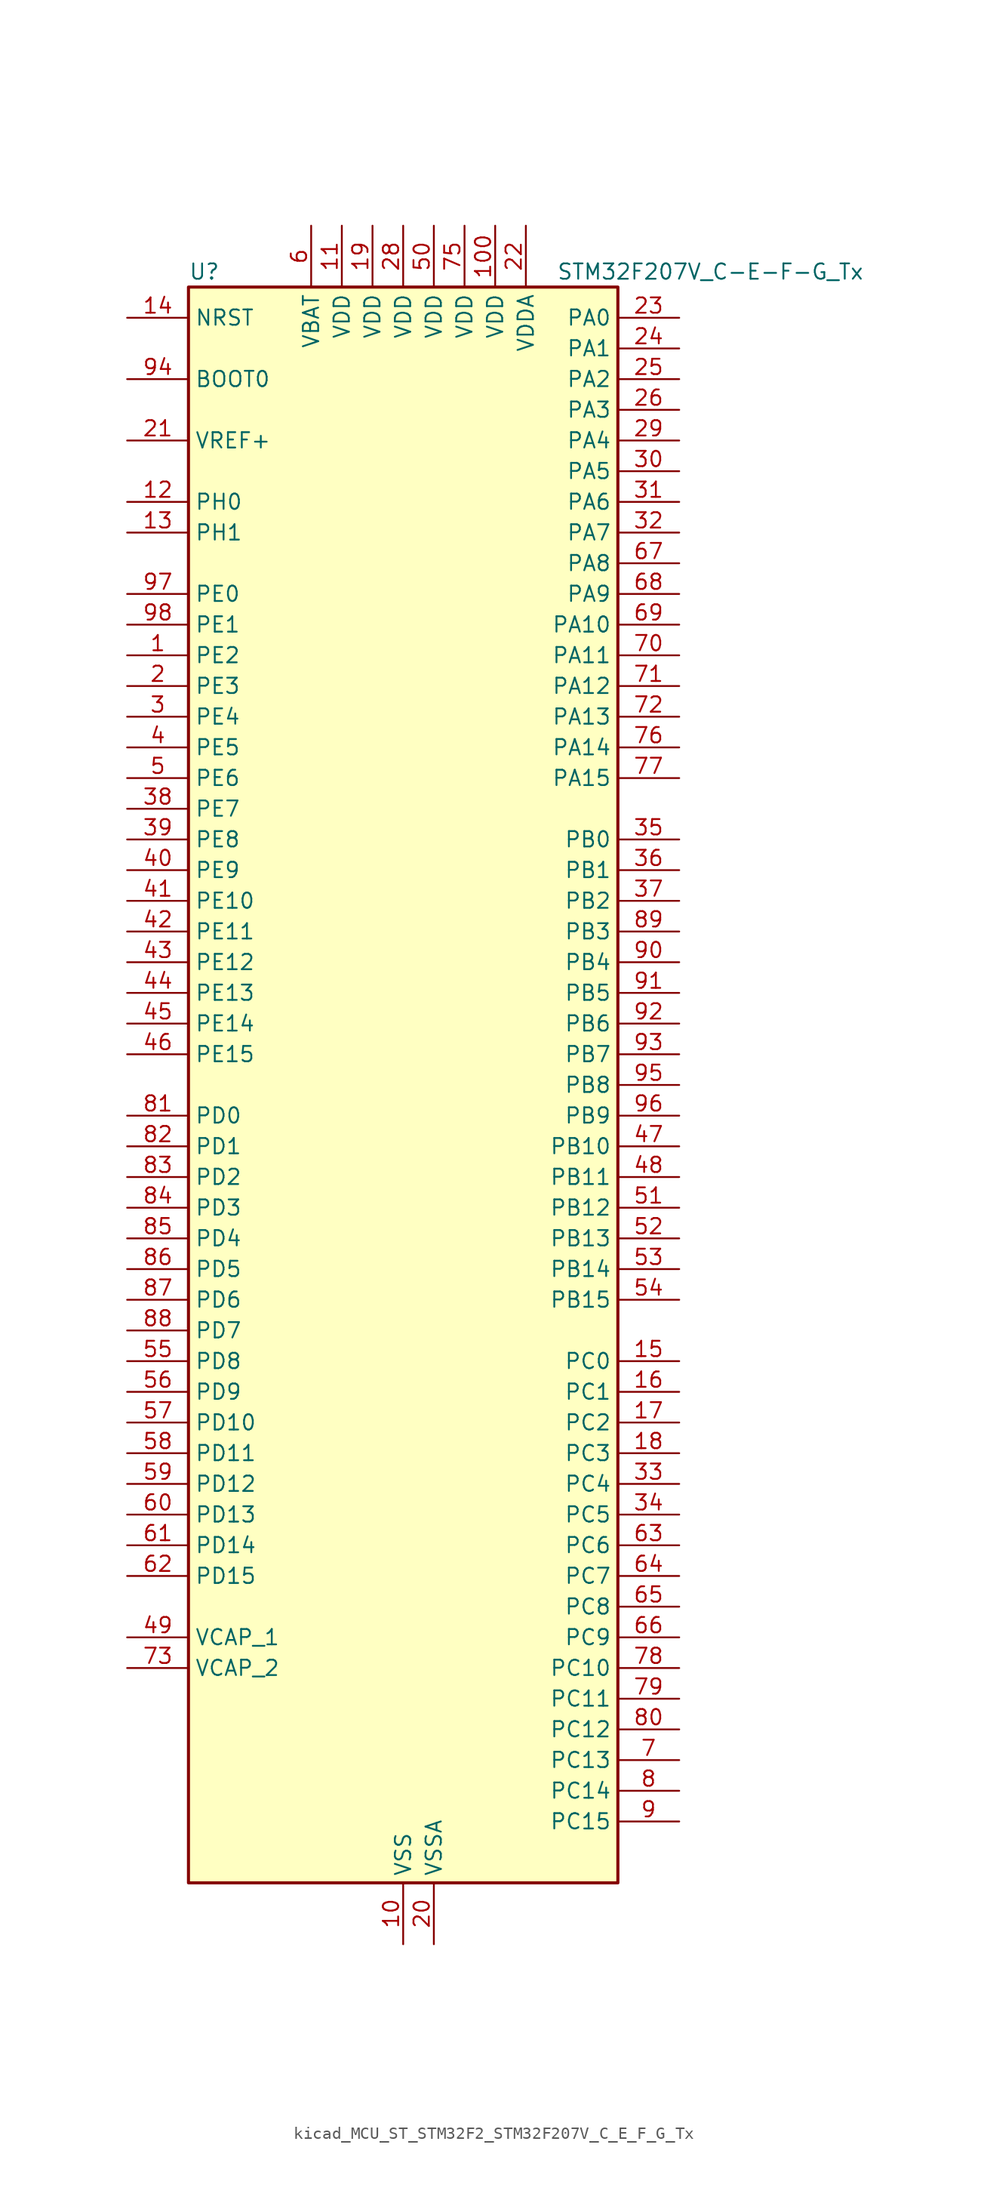
<source format=kicad_sym>
(kicad_symbol_lib
  (version 20220914)
  (generator kicad_symbol_editor)
  (symbol "kicad_MCU_ST_STM32F2_STM32F207V_C_E_F_G_Tx"
    (property "Reference" "U"
      (at -17.78 67.31 0)
      (effects (font (size 1.27 1.27)) (justify left)))
    (property "Value" "STM32F207V_C-E-F-G_Tx"
      (at 12.7 67.31 0)
      (effects (font (size 1.27 1.27)) (justify left)))
    (property "ki_locked" ""
      (at 0 0 0)
      (effects (font (size 1.27 1.27))))
    (symbol "kicad_MCU_ST_STM32F2_STM32F207V_C_E_F_G_Tx_0_1"
      (rectangle (start -17.78 -66.04) (end 17.78 66.04) (stroke (width 0.254) (type default)) (fill (type background))))
    (symbol "kicad_MCU_ST_STM32F2_STM32F207V_C_E_F_G_Tx_1_1"
      (pin bidirectional line (at -22.86 35.56 0) (length 5.08) (name "PE2" (effects (font (size 1.27 1.27)))) (number "1" (effects (font (size 1.27 1.27)))) (alternate "ETH_TXD3" bidirectional line) (alternate "FSMC_A23" bidirectional line) (alternate "SYS_TRACECLK" bidirectional line))
      (pin power_in line (at 0 -71.12 90) (length 5.08) (name "VSS" (effects (font (size 1.27 1.27)))) (number "10" (effects (font (size 1.27 1.27)))))
      (pin power_in line (at 7.62 71.12 270) (length 5.08) (name "VDD" (effects (font (size 1.27 1.27)))) (number "100" (effects (font (size 1.27 1.27)))))
      (pin power_in line (at -5.08 71.12 270) (length 5.08) (name "VDD" (effects (font (size 1.27 1.27)))) (number "11" (effects (font (size 1.27 1.27)))))
      (pin bidirectional line (at -22.86 48.26 0) (length 5.08) (name "PH0" (effects (font (size 1.27 1.27)))) (number "12" (effects (font (size 1.27 1.27)))) (alternate "RCC_OSC_IN" bidirectional line))
      (pin bidirectional line (at -22.86 45.72 0) (length 5.08) (name "PH1" (effects (font (size 1.27 1.27)))) (number "13" (effects (font (size 1.27 1.27)))) (alternate "RCC_OSC_OUT" bidirectional line))
      (pin input line (at -22.86 63.5 0) (length 5.08) (name "NRST" (effects (font (size 1.27 1.27)))) (number "14" (effects (font (size 1.27 1.27)))))
      (pin bidirectional line (at 22.86 -22.86 180) (length 5.08) (name "PC0" (effects (font (size 1.27 1.27)))) (number "15" (effects (font (size 1.27 1.27)))) (alternate "ADC1_IN10" bidirectional line) (alternate "ADC2_IN10" bidirectional line) (alternate "ADC3_IN10" bidirectional line) (alternate "USB_OTG_HS_ULPI_STP" bidirectional line))
      (pin bidirectional line (at 22.86 -25.4 180) (length 5.08) (name "PC1" (effects (font (size 1.27 1.27)))) (number "16" (effects (font (size 1.27 1.27)))) (alternate "ADC1_IN11" bidirectional line) (alternate "ADC2_IN11" bidirectional line) (alternate "ADC3_IN11" bidirectional line) (alternate "ETH_MDC" bidirectional line))
      (pin bidirectional line (at 22.86 -27.94 180) (length 5.08) (name "PC2" (effects (font (size 1.27 1.27)))) (number "17" (effects (font (size 1.27 1.27)))) (alternate "ADC1_IN12" bidirectional line) (alternate "ADC2_IN12" bidirectional line) (alternate "ADC3_IN12" bidirectional line) (alternate "ETH_TXD2" bidirectional line) (alternate "SPI2_MISO" bidirectional line) (alternate "USB_OTG_HS_ULPI_DIR" bidirectional line))
      (pin bidirectional line (at 22.86 -30.48 180) (length 5.08) (name "PC3" (effects (font (size 1.27 1.27)))) (number "18" (effects (font (size 1.27 1.27)))) (alternate "ADC1_IN13" bidirectional line) (alternate "ADC2_IN13" bidirectional line) (alternate "ADC3_IN13" bidirectional line) (alternate "ETH_TX_CLK" bidirectional line) (alternate "I2S2_SD" bidirectional line) (alternate "SPI2_MOSI" bidirectional line) (alternate "USB_OTG_HS_ULPI_NXT" bidirectional line))
      (pin power_in line (at -2.54 71.12 270) (length 5.08) (name "VDD" (effects (font (size 1.27 1.27)))) (number "19" (effects (font (size 1.27 1.27)))))
      (pin bidirectional line (at -22.86 33.02 0) (length 5.08) (name "PE3" (effects (font (size 1.27 1.27)))) (number "2" (effects (font (size 1.27 1.27)))) (alternate "FSMC_A19" bidirectional line) (alternate "SYS_TRACED0" bidirectional line))
      (pin power_in line (at 2.54 -71.12 90) (length 5.08) (name "VSSA" (effects (font (size 1.27 1.27)))) (number "20" (effects (font (size 1.27 1.27)))))
      (pin input line (at -22.86 53.34 0) (length 5.08) (name "VREF+" (effects (font (size 1.27 1.27)))) (number "21" (effects (font (size 1.27 1.27)))))
      (pin power_in line (at 10.16 71.12 270) (length 5.08) (name "VDDA" (effects (font (size 1.27 1.27)))) (number "22" (effects (font (size 1.27 1.27)))))
      (pin bidirectional line (at 22.86 63.5 180) (length 5.08) (name "PA0" (effects (font (size 1.27 1.27)))) (number "23" (effects (font (size 1.27 1.27)))) (alternate "ADC1_IN0" bidirectional line) (alternate "ADC2_IN0" bidirectional line) (alternate "ADC3_IN0" bidirectional line) (alternate "ETH_CRS" bidirectional line) (alternate "SYS_WKUP" bidirectional line) (alternate "TIM2_CH1" bidirectional line) (alternate "TIM2_ETR" bidirectional line) (alternate "TIM5_CH1" bidirectional line) (alternate "TIM8_ETR" bidirectional line) (alternate "UART4_TX" bidirectional line) (alternate "USART2_CTS" bidirectional line))
      (pin bidirectional line (at 22.86 60.96 180) (length 5.08) (name "PA1" (effects (font (size 1.27 1.27)))) (number "24" (effects (font (size 1.27 1.27)))) (alternate "ADC1_IN1" bidirectional line) (alternate "ADC2_IN1" bidirectional line) (alternate "ADC3_IN1" bidirectional line) (alternate "ETH_REF_CLK" bidirectional line) (alternate "ETH_RX_CLK" bidirectional line) (alternate "TIM2_CH2" bidirectional line) (alternate "TIM5_CH2" bidirectional line) (alternate "UART4_RX" bidirectional line) (alternate "USART2_RTS" bidirectional line))
      (pin bidirectional line (at 22.86 58.42 180) (length 5.08) (name "PA2" (effects (font (size 1.27 1.27)))) (number "25" (effects (font (size 1.27 1.27)))) (alternate "ADC1_IN2" bidirectional line) (alternate "ADC2_IN2" bidirectional line) (alternate "ADC3_IN2" bidirectional line) (alternate "ETH_MDIO" bidirectional line) (alternate "TIM2_CH3" bidirectional line) (alternate "TIM5_CH3" bidirectional line) (alternate "TIM9_CH1" bidirectional line) (alternate "USART2_TX" bidirectional line))
      (pin bidirectional line (at 22.86 55.88 180) (length 5.08) (name "PA3" (effects (font (size 1.27 1.27)))) (number "26" (effects (font (size 1.27 1.27)))) (alternate "ADC1_IN3" bidirectional line) (alternate "ADC2_IN3" bidirectional line) (alternate "ADC3_IN3" bidirectional line) (alternate "ETH_COL" bidirectional line) (alternate "TIM2_CH4" bidirectional line) (alternate "TIM5_CH4" bidirectional line) (alternate "TIM9_CH2" bidirectional line) (alternate "USART2_RX" bidirectional line) (alternate "USB_OTG_HS_ULPI_D0" bidirectional line))
      (pin passive line (at 0 -71.12 90) (length 5.08) hide (name "VSS" (effects (font (size 1.27 1.27)))) (number "27" (effects (font (size 1.27 1.27)))))
      (pin power_in line (at 0 71.12 270) (length 5.08) (name "VDD" (effects (font (size 1.27 1.27)))) (number "28" (effects (font (size 1.27 1.27)))))
      (pin bidirectional line (at 22.86 53.34 180) (length 5.08) (name "PA4" (effects (font (size 1.27 1.27)))) (number "29" (effects (font (size 1.27 1.27)))) (alternate "ADC1_IN4" bidirectional line) (alternate "ADC2_IN4" bidirectional line) (alternate "DAC_OUT1" bidirectional line) (alternate "DCMI_HSYNC" bidirectional line) (alternate "I2S3_WS" bidirectional line) (alternate "SPI1_NSS" bidirectional line) (alternate "SPI3_NSS" bidirectional line) (alternate "USART2_CK" bidirectional line) (alternate "USB_OTG_HS_SOF" bidirectional line))
      (pin bidirectional line (at -22.86 30.48 0) (length 5.08) (name "PE4" (effects (font (size 1.27 1.27)))) (number "3" (effects (font (size 1.27 1.27)))) (alternate "DCMI_D4" bidirectional line) (alternate "FSMC_A20" bidirectional line) (alternate "SYS_TRACED1" bidirectional line))
      (pin bidirectional line (at 22.86 50.8 180) (length 5.08) (name "PA5" (effects (font (size 1.27 1.27)))) (number "30" (effects (font (size 1.27 1.27)))) (alternate "ADC1_IN5" bidirectional line) (alternate "ADC2_IN5" bidirectional line) (alternate "DAC_OUT2" bidirectional line) (alternate "SPI1_SCK" bidirectional line) (alternate "TIM2_CH1" bidirectional line) (alternate "TIM2_ETR" bidirectional line) (alternate "TIM8_CH1N" bidirectional line) (alternate "USB_OTG_HS_ULPI_CK" bidirectional line))
      (pin bidirectional line (at 22.86 48.26 180) (length 5.08) (name "PA6" (effects (font (size 1.27 1.27)))) (number "31" (effects (font (size 1.27 1.27)))) (alternate "ADC1_IN6" bidirectional line) (alternate "ADC2_IN6" bidirectional line) (alternate "DCMI_PIXCLK" bidirectional line) (alternate "SPI1_MISO" bidirectional line) (alternate "TIM13_CH1" bidirectional line) (alternate "TIM1_BKIN" bidirectional line) (alternate "TIM3_CH1" bidirectional line) (alternate "TIM8_BKIN" bidirectional line))
      (pin bidirectional line (at 22.86 45.72 180) (length 5.08) (name "PA7" (effects (font (size 1.27 1.27)))) (number "32" (effects (font (size 1.27 1.27)))) (alternate "ADC1_IN7" bidirectional line) (alternate "ADC2_IN7" bidirectional line) (alternate "ETH_CRS_DV" bidirectional line) (alternate "ETH_RX_DV" bidirectional line) (alternate "SPI1_MOSI" bidirectional line) (alternate "TIM14_CH1" bidirectional line) (alternate "TIM1_CH1N" bidirectional line) (alternate "TIM3_CH2" bidirectional line) (alternate "TIM8_CH1N" bidirectional line))
      (pin bidirectional line (at 22.86 -33.02 180) (length 5.08) (name "PC4" (effects (font (size 1.27 1.27)))) (number "33" (effects (font (size 1.27 1.27)))) (alternate "ADC1_IN14" bidirectional line) (alternate "ADC2_IN14" bidirectional line) (alternate "ETH_RXD0" bidirectional line))
      (pin bidirectional line (at 22.86 -35.56 180) (length 5.08) (name "PC5" (effects (font (size 1.27 1.27)))) (number "34" (effects (font (size 1.27 1.27)))) (alternate "ADC1_IN15" bidirectional line) (alternate "ADC2_IN15" bidirectional line) (alternate "ETH_RXD1" bidirectional line))
      (pin bidirectional line (at 22.86 20.32 180) (length 5.08) (name "PB0" (effects (font (size 1.27 1.27)))) (number "35" (effects (font (size 1.27 1.27)))) (alternate "ADC1_IN8" bidirectional line) (alternate "ADC2_IN8" bidirectional line) (alternate "ETH_RXD2" bidirectional line) (alternate "TIM1_CH2N" bidirectional line) (alternate "TIM3_CH3" bidirectional line) (alternate "TIM8_CH2N" bidirectional line) (alternate "USB_OTG_HS_ULPI_D1" bidirectional line))
      (pin bidirectional line (at 22.86 17.78 180) (length 5.08) (name "PB1" (effects (font (size 1.27 1.27)))) (number "36" (effects (font (size 1.27 1.27)))) (alternate "ADC1_IN9" bidirectional line) (alternate "ADC2_IN9" bidirectional line) (alternate "ETH_RXD3" bidirectional line) (alternate "TIM1_CH3N" bidirectional line) (alternate "TIM3_CH4" bidirectional line) (alternate "TIM8_CH3N" bidirectional line) (alternate "USB_OTG_HS_ULPI_D2" bidirectional line))
      (pin bidirectional line (at 22.86 15.24 180) (length 5.08) (name "PB2" (effects (font (size 1.27 1.27)))) (number "37" (effects (font (size 1.27 1.27)))))
      (pin bidirectional line (at -22.86 22.86 0) (length 5.08) (name "PE7" (effects (font (size 1.27 1.27)))) (number "38" (effects (font (size 1.27 1.27)))) (alternate "FSMC_D4" bidirectional line) (alternate "FSMC_DA4" bidirectional line) (alternate "TIM1_ETR" bidirectional line))
      (pin bidirectional line (at -22.86 20.32 0) (length 5.08) (name "PE8" (effects (font (size 1.27 1.27)))) (number "39" (effects (font (size 1.27 1.27)))) (alternate "FSMC_D5" bidirectional line) (alternate "FSMC_DA5" bidirectional line) (alternate "TIM1_CH1N" bidirectional line))
      (pin bidirectional line (at -22.86 27.94 0) (length 5.08) (name "PE5" (effects (font (size 1.27 1.27)))) (number "4" (effects (font (size 1.27 1.27)))) (alternate "DCMI_D6" bidirectional line) (alternate "FSMC_A21" bidirectional line) (alternate "SYS_TRACED2" bidirectional line) (alternate "TIM9_CH1" bidirectional line))
      (pin bidirectional line (at -22.86 17.78 0) (length 5.08) (name "PE9" (effects (font (size 1.27 1.27)))) (number "40" (effects (font (size 1.27 1.27)))) (alternate "DAC_EXTI9" bidirectional line) (alternate "FSMC_D6" bidirectional line) (alternate "FSMC_DA6" bidirectional line) (alternate "TIM1_CH1" bidirectional line))
      (pin bidirectional line (at -22.86 15.24 0) (length 5.08) (name "PE10" (effects (font (size 1.27 1.27)))) (number "41" (effects (font (size 1.27 1.27)))) (alternate "FSMC_D7" bidirectional line) (alternate "FSMC_DA7" bidirectional line) (alternate "TIM1_CH2N" bidirectional line))
      (pin bidirectional line (at -22.86 12.7 0) (length 5.08) (name "PE11" (effects (font (size 1.27 1.27)))) (number "42" (effects (font (size 1.27 1.27)))) (alternate "ADC1_EXTI11" bidirectional line) (alternate "ADC2_EXTI11" bidirectional line) (alternate "ADC3_EXTI11" bidirectional line) (alternate "FSMC_D8" bidirectional line) (alternate "FSMC_DA8" bidirectional line) (alternate "TIM1_CH2" bidirectional line))
      (pin bidirectional line (at -22.86 10.16 0) (length 5.08) (name "PE12" (effects (font (size 1.27 1.27)))) (number "43" (effects (font (size 1.27 1.27)))) (alternate "FSMC_D9" bidirectional line) (alternate "FSMC_DA9" bidirectional line) (alternate "TIM1_CH3N" bidirectional line))
      (pin bidirectional line (at -22.86 7.62 0) (length 5.08) (name "PE13" (effects (font (size 1.27 1.27)))) (number "44" (effects (font (size 1.27 1.27)))) (alternate "FSMC_D10" bidirectional line) (alternate "FSMC_DA10" bidirectional line) (alternate "TIM1_CH3" bidirectional line))
      (pin bidirectional line (at -22.86 5.08 0) (length 5.08) (name "PE14" (effects (font (size 1.27 1.27)))) (number "45" (effects (font (size 1.27 1.27)))) (alternate "FSMC_D11" bidirectional line) (alternate "FSMC_DA11" bidirectional line) (alternate "TIM1_CH4" bidirectional line))
      (pin bidirectional line (at -22.86 2.54 0) (length 5.08) (name "PE15" (effects (font (size 1.27 1.27)))) (number "46" (effects (font (size 1.27 1.27)))) (alternate "ADC1_EXTI15" bidirectional line) (alternate "ADC2_EXTI15" bidirectional line) (alternate "ADC3_EXTI15" bidirectional line) (alternate "FSMC_D12" bidirectional line) (alternate "FSMC_DA12" bidirectional line) (alternate "TIM1_BKIN" bidirectional line))
      (pin bidirectional line (at 22.86 -5.08 180) (length 5.08) (name "PB10" (effects (font (size 1.27 1.27)))) (number "47" (effects (font (size 1.27 1.27)))) (alternate "ETH_RX_ER" bidirectional line) (alternate "I2C2_SCL" bidirectional line) (alternate "I2S2_SCK" bidirectional line) (alternate "SPI2_SCK" bidirectional line) (alternate "TIM2_CH3" bidirectional line) (alternate "USART3_TX" bidirectional line) (alternate "USB_OTG_HS_ULPI_D3" bidirectional line))
      (pin bidirectional line (at 22.86 -7.62 180) (length 5.08) (name "PB11" (effects (font (size 1.27 1.27)))) (number "48" (effects (font (size 1.27 1.27)))) (alternate "ADC1_EXTI11" bidirectional line) (alternate "ADC2_EXTI11" bidirectional line) (alternate "ADC3_EXTI11" bidirectional line) (alternate "ETH_TX_EN" bidirectional line) (alternate "I2C2_SDA" bidirectional line) (alternate "TIM2_CH4" bidirectional line) (alternate "USART3_RX" bidirectional line) (alternate "USB_OTG_HS_ULPI_D4" bidirectional line))
      (pin power_out line (at -22.86 -45.72 0) (length 5.08) (name "VCAP_1" (effects (font (size 1.27 1.27)))) (number "49" (effects (font (size 1.27 1.27)))))
      (pin bidirectional line (at -22.86 25.4 0) (length 5.08) (name "PE6" (effects (font (size 1.27 1.27)))) (number "5" (effects (font (size 1.27 1.27)))) (alternate "DCMI_D7" bidirectional line) (alternate "FSMC_A22" bidirectional line) (alternate "SYS_TRACED3" bidirectional line) (alternate "TIM9_CH2" bidirectional line))
      (pin power_in line (at 2.54 71.12 270) (length 5.08) (name "VDD" (effects (font (size 1.27 1.27)))) (number "50" (effects (font (size 1.27 1.27)))))
      (pin bidirectional line (at 22.86 -10.16 180) (length 5.08) (name "PB12" (effects (font (size 1.27 1.27)))) (number "51" (effects (font (size 1.27 1.27)))) (alternate "CAN2_RX" bidirectional line) (alternate "ETH_TXD0" bidirectional line) (alternate "I2C2_SMBA" bidirectional line) (alternate "I2S2_WS" bidirectional line) (alternate "SPI2_NSS" bidirectional line) (alternate "TIM1_BKIN" bidirectional line) (alternate "USART3_CK" bidirectional line) (alternate "USB_OTG_HS_ID" bidirectional line) (alternate "USB_OTG_HS_ULPI_D5" bidirectional line))
      (pin bidirectional line (at 22.86 -12.7 180) (length 5.08) (name "PB13" (effects (font (size 1.27 1.27)))) (number "52" (effects (font (size 1.27 1.27)))) (alternate "CAN2_TX" bidirectional line) (alternate "ETH_TXD1" bidirectional line) (alternate "I2S2_SCK" bidirectional line) (alternate "SPI2_SCK" bidirectional line) (alternate "TIM1_CH1N" bidirectional line) (alternate "USART3_CTS" bidirectional line) (alternate "USB_OTG_HS_ULPI_D6" bidirectional line) (alternate "USB_OTG_HS_VBUS" bidirectional line))
      (pin bidirectional line (at 22.86 -15.24 180) (length 5.08) (name "PB14" (effects (font (size 1.27 1.27)))) (number "53" (effects (font (size 1.27 1.27)))) (alternate "SPI2_MISO" bidirectional line) (alternate "TIM12_CH1" bidirectional line) (alternate "TIM1_CH2N" bidirectional line) (alternate "TIM8_CH2N" bidirectional line) (alternate "USART3_RTS" bidirectional line) (alternate "USB_OTG_HS_DM" bidirectional line))
      (pin bidirectional line (at 22.86 -17.78 180) (length 5.08) (name "PB15" (effects (font (size 1.27 1.27)))) (number "54" (effects (font (size 1.27 1.27)))) (alternate "ADC1_EXTI15" bidirectional line) (alternate "ADC2_EXTI15" bidirectional line) (alternate "ADC3_EXTI15" bidirectional line) (alternate "I2S2_SD" bidirectional line) (alternate "RTC_REFIN" bidirectional line) (alternate "SPI2_MOSI" bidirectional line) (alternate "TIM12_CH2" bidirectional line) (alternate "TIM1_CH3N" bidirectional line) (alternate "TIM8_CH3N" bidirectional line) (alternate "USB_OTG_HS_DP" bidirectional line))
      (pin bidirectional line (at -22.86 -22.86 0) (length 5.08) (name "PD8" (effects (font (size 1.27 1.27)))) (number "55" (effects (font (size 1.27 1.27)))) (alternate "FSMC_D13" bidirectional line) (alternate "FSMC_DA13" bidirectional line) (alternate "USART3_TX" bidirectional line))
      (pin bidirectional line (at -22.86 -25.4 0) (length 5.08) (name "PD9" (effects (font (size 1.27 1.27)))) (number "56" (effects (font (size 1.27 1.27)))) (alternate "DAC_EXTI9" bidirectional line) (alternate "FSMC_D14" bidirectional line) (alternate "FSMC_DA14" bidirectional line) (alternate "USART3_RX" bidirectional line))
      (pin bidirectional line (at -22.86 -27.94 0) (length 5.08) (name "PD10" (effects (font (size 1.27 1.27)))) (number "57" (effects (font (size 1.27 1.27)))) (alternate "FSMC_D15" bidirectional line) (alternate "FSMC_DA15" bidirectional line) (alternate "USART3_CK" bidirectional line))
      (pin bidirectional line (at -22.86 -30.48 0) (length 5.08) (name "PD11" (effects (font (size 1.27 1.27)))) (number "58" (effects (font (size 1.27 1.27)))) (alternate "ADC1_EXTI11" bidirectional line) (alternate "ADC2_EXTI11" bidirectional line) (alternate "ADC3_EXTI11" bidirectional line) (alternate "FSMC_A16" bidirectional line) (alternate "FSMC_CLE" bidirectional line) (alternate "USART3_CTS" bidirectional line))
      (pin bidirectional line (at -22.86 -33.02 0) (length 5.08) (name "PD12" (effects (font (size 1.27 1.27)))) (number "59" (effects (font (size 1.27 1.27)))) (alternate "FSMC_A17" bidirectional line) (alternate "FSMC_ALE" bidirectional line) (alternate "TIM4_CH1" bidirectional line) (alternate "USART3_RTS" bidirectional line))
      (pin power_in line (at -7.62 71.12 270) (length 5.08) (name "VBAT" (effects (font (size 1.27 1.27)))) (number "6" (effects (font (size 1.27 1.27)))))
      (pin bidirectional line (at -22.86 -35.56 0) (length 5.08) (name "PD13" (effects (font (size 1.27 1.27)))) (number "60" (effects (font (size 1.27 1.27)))) (alternate "FSMC_A18" bidirectional line) (alternate "TIM4_CH2" bidirectional line))
      (pin bidirectional line (at -22.86 -38.1 0) (length 5.08) (name "PD14" (effects (font (size 1.27 1.27)))) (number "61" (effects (font (size 1.27 1.27)))) (alternate "FSMC_D0" bidirectional line) (alternate "FSMC_DA0" bidirectional line) (alternate "TIM4_CH3" bidirectional line))
      (pin bidirectional line (at -22.86 -40.64 0) (length 5.08) (name "PD15" (effects (font (size 1.27 1.27)))) (number "62" (effects (font (size 1.27 1.27)))) (alternate "ADC1_EXTI15" bidirectional line) (alternate "ADC2_EXTI15" bidirectional line) (alternate "ADC3_EXTI15" bidirectional line) (alternate "FSMC_D1" bidirectional line) (alternate "FSMC_DA1" bidirectional line) (alternate "TIM4_CH4" bidirectional line))
      (pin bidirectional line (at 22.86 -38.1 180) (length 5.08) (name "PC6" (effects (font (size 1.27 1.27)))) (number "63" (effects (font (size 1.27 1.27)))) (alternate "DCMI_D0" bidirectional line) (alternate "I2S2_MCK" bidirectional line) (alternate "SDIO_D6" bidirectional line) (alternate "TIM3_CH1" bidirectional line) (alternate "TIM8_CH1" bidirectional line) (alternate "USART6_TX" bidirectional line))
      (pin bidirectional line (at 22.86 -40.64 180) (length 5.08) (name "PC7" (effects (font (size 1.27 1.27)))) (number "64" (effects (font (size 1.27 1.27)))) (alternate "DCMI_D1" bidirectional line) (alternate "I2S3_MCK" bidirectional line) (alternate "SDIO_D7" bidirectional line) (alternate "TIM3_CH2" bidirectional line) (alternate "TIM8_CH2" bidirectional line) (alternate "USART6_RX" bidirectional line))
      (pin bidirectional line (at 22.86 -43.18 180) (length 5.08) (name "PC8" (effects (font (size 1.27 1.27)))) (number "65" (effects (font (size 1.27 1.27)))) (alternate "DCMI_D2" bidirectional line) (alternate "SDIO_D0" bidirectional line) (alternate "TIM3_CH3" bidirectional line) (alternate "TIM8_CH3" bidirectional line) (alternate "USART6_CK" bidirectional line))
      (pin bidirectional line (at 22.86 -45.72 180) (length 5.08) (name "PC9" (effects (font (size 1.27 1.27)))) (number "66" (effects (font (size 1.27 1.27)))) (alternate "DAC_EXTI9" bidirectional line) (alternate "DCMI_D3" bidirectional line) (alternate "I2C3_SDA" bidirectional line) (alternate "I2S_CKIN" bidirectional line) (alternate "RCC_MCO_2" bidirectional line) (alternate "SDIO_D1" bidirectional line) (alternate "TIM3_CH4" bidirectional line) (alternate "TIM8_CH4" bidirectional line))
      (pin bidirectional line (at 22.86 43.18 180) (length 5.08) (name "PA8" (effects (font (size 1.27 1.27)))) (number "67" (effects (font (size 1.27 1.27)))) (alternate "I2C3_SCL" bidirectional line) (alternate "RCC_MCO_1" bidirectional line) (alternate "TIM1_CH1" bidirectional line) (alternate "USART1_CK" bidirectional line) (alternate "USB_OTG_FS_SOF" bidirectional line))
      (pin bidirectional line (at 22.86 40.64 180) (length 5.08) (name "PA9" (effects (font (size 1.27 1.27)))) (number "68" (effects (font (size 1.27 1.27)))) (alternate "DAC_EXTI9" bidirectional line) (alternate "DCMI_D0" bidirectional line) (alternate "I2C3_SMBA" bidirectional line) (alternate "TIM1_CH2" bidirectional line) (alternate "USART1_TX" bidirectional line) (alternate "USB_OTG_FS_VBUS" bidirectional line))
      (pin bidirectional line (at 22.86 38.1 180) (length 5.08) (name "PA10" (effects (font (size 1.27 1.27)))) (number "69" (effects (font (size 1.27 1.27)))) (alternate "DCMI_D1" bidirectional line) (alternate "TIM1_CH3" bidirectional line) (alternate "USART1_RX" bidirectional line) (alternate "USB_OTG_FS_ID" bidirectional line))
      (pin bidirectional line (at 22.86 -55.88 180) (length 5.08) (name "PC13" (effects (font (size 1.27 1.27)))) (number "7" (effects (font (size 1.27 1.27)))) (alternate "RTC_AF1" bidirectional line))
      (pin bidirectional line (at 22.86 35.56 180) (length 5.08) (name "PA11" (effects (font (size 1.27 1.27)))) (number "70" (effects (font (size 1.27 1.27)))) (alternate "ADC1_EXTI11" bidirectional line) (alternate "ADC2_EXTI11" bidirectional line) (alternate "ADC3_EXTI11" bidirectional line) (alternate "CAN1_RX" bidirectional line) (alternate "TIM1_CH4" bidirectional line) (alternate "USART1_CTS" bidirectional line) (alternate "USB_OTG_FS_DM" bidirectional line))
      (pin bidirectional line (at 22.86 33.02 180) (length 5.08) (name "PA12" (effects (font (size 1.27 1.27)))) (number "71" (effects (font (size 1.27 1.27)))) (alternate "CAN1_TX" bidirectional line) (alternate "TIM1_ETR" bidirectional line) (alternate "USART1_RTS" bidirectional line) (alternate "USB_OTG_FS_DP" bidirectional line))
      (pin bidirectional line (at 22.86 30.48 180) (length 5.08) (name "PA13" (effects (font (size 1.27 1.27)))) (number "72" (effects (font (size 1.27 1.27)))) (alternate "SYS_JTMS-SWDIO" bidirectional line))
      (pin power_out line (at -22.86 -48.26 0) (length 5.08) (name "VCAP_2" (effects (font (size 1.27 1.27)))) (number "73" (effects (font (size 1.27 1.27)))))
      (pin passive line (at 0 -71.12 90) (length 5.08) hide (name "VSS" (effects (font (size 1.27 1.27)))) (number "74" (effects (font (size 1.27 1.27)))))
      (pin power_in line (at 5.08 71.12 270) (length 5.08) (name "VDD" (effects (font (size 1.27 1.27)))) (number "75" (effects (font (size 1.27 1.27)))))
      (pin bidirectional line (at 22.86 27.94 180) (length 5.08) (name "PA14" (effects (font (size 1.27 1.27)))) (number "76" (effects (font (size 1.27 1.27)))) (alternate "SYS_JTCK-SWCLK" bidirectional line))
      (pin bidirectional line (at 22.86 25.4 180) (length 5.08) (name "PA15" (effects (font (size 1.27 1.27)))) (number "77" (effects (font (size 1.27 1.27)))) (alternate "ADC1_EXTI15" bidirectional line) (alternate "ADC2_EXTI15" bidirectional line) (alternate "ADC3_EXTI15" bidirectional line) (alternate "I2S3_WS" bidirectional line) (alternate "SPI1_NSS" bidirectional line) (alternate "SPI3_NSS" bidirectional line) (alternate "SYS_JTDI" bidirectional line) (alternate "TIM2_CH1" bidirectional line) (alternate "TIM2_ETR" bidirectional line))
      (pin bidirectional line (at 22.86 -48.26 180) (length 5.08) (name "PC10" (effects (font (size 1.27 1.27)))) (number "78" (effects (font (size 1.27 1.27)))) (alternate "DCMI_D8" bidirectional line) (alternate "I2S3_SCK" bidirectional line) (alternate "SDIO_D2" bidirectional line) (alternate "SPI3_SCK" bidirectional line) (alternate "UART4_TX" bidirectional line) (alternate "USART3_TX" bidirectional line))
      (pin bidirectional line (at 22.86 -50.8 180) (length 5.08) (name "PC11" (effects (font (size 1.27 1.27)))) (number "79" (effects (font (size 1.27 1.27)))) (alternate "ADC1_EXTI11" bidirectional line) (alternate "ADC2_EXTI11" bidirectional line) (alternate "ADC3_EXTI11" bidirectional line) (alternate "DCMI_D4" bidirectional line) (alternate "SDIO_D3" bidirectional line) (alternate "SPI3_MISO" bidirectional line) (alternate "UART4_RX" bidirectional line) (alternate "USART3_RX" bidirectional line))
      (pin bidirectional line (at 22.86 -58.42 180) (length 5.08) (name "PC14" (effects (font (size 1.27 1.27)))) (number "8" (effects (font (size 1.27 1.27)))) (alternate "RCC_OSC32_IN" bidirectional line))
      (pin bidirectional line (at 22.86 -53.34 180) (length 5.08) (name "PC12" (effects (font (size 1.27 1.27)))) (number "80" (effects (font (size 1.27 1.27)))) (alternate "DCMI_D9" bidirectional line) (alternate "I2S3_SD" bidirectional line) (alternate "SDIO_CK" bidirectional line) (alternate "SPI3_MOSI" bidirectional line) (alternate "UART5_TX" bidirectional line) (alternate "USART3_CK" bidirectional line))
      (pin bidirectional line (at -22.86 -2.54 0) (length 5.08) (name "PD0" (effects (font (size 1.27 1.27)))) (number "81" (effects (font (size 1.27 1.27)))) (alternate "CAN1_RX" bidirectional line) (alternate "FSMC_D2" bidirectional line) (alternate "FSMC_DA2" bidirectional line))
      (pin bidirectional line (at -22.86 -5.08 0) (length 5.08) (name "PD1" (effects (font (size 1.27 1.27)))) (number "82" (effects (font (size 1.27 1.27)))) (alternate "CAN1_TX" bidirectional line) (alternate "FSMC_D3" bidirectional line) (alternate "FSMC_DA3" bidirectional line))
      (pin bidirectional line (at -22.86 -7.62 0) (length 5.08) (name "PD2" (effects (font (size 1.27 1.27)))) (number "83" (effects (font (size 1.27 1.27)))) (alternate "DCMI_D11" bidirectional line) (alternate "SDIO_CMD" bidirectional line) (alternate "TIM3_ETR" bidirectional line) (alternate "UART5_RX" bidirectional line))
      (pin bidirectional line (at -22.86 -10.16 0) (length 5.08) (name "PD3" (effects (font (size 1.27 1.27)))) (number "84" (effects (font (size 1.27 1.27)))) (alternate "FSMC_CLK" bidirectional line) (alternate "USART2_CTS" bidirectional line))
      (pin bidirectional line (at -22.86 -12.7 0) (length 5.08) (name "PD4" (effects (font (size 1.27 1.27)))) (number "85" (effects (font (size 1.27 1.27)))) (alternate "FSMC_NOE" bidirectional line) (alternate "USART2_RTS" bidirectional line))
      (pin bidirectional line (at -22.86 -15.24 0) (length 5.08) (name "PD5" (effects (font (size 1.27 1.27)))) (number "86" (effects (font (size 1.27 1.27)))) (alternate "FSMC_NWE" bidirectional line) (alternate "USART2_TX" bidirectional line))
      (pin bidirectional line (at -22.86 -17.78 0) (length 5.08) (name "PD6" (effects (font (size 1.27 1.27)))) (number "87" (effects (font (size 1.27 1.27)))) (alternate "FSMC_NWAIT" bidirectional line) (alternate "USART2_RX" bidirectional line))
      (pin bidirectional line (at -22.86 -20.32 0) (length 5.08) (name "PD7" (effects (font (size 1.27 1.27)))) (number "88" (effects (font (size 1.27 1.27)))) (alternate "FSMC_NCE2" bidirectional line) (alternate "FSMC_NE1" bidirectional line) (alternate "USART2_CK" bidirectional line))
      (pin bidirectional line (at 22.86 12.7 180) (length 5.08) (name "PB3" (effects (font (size 1.27 1.27)))) (number "89" (effects (font (size 1.27 1.27)))) (alternate "I2S3_SCK" bidirectional line) (alternate "SPI1_SCK" bidirectional line) (alternate "SPI3_SCK" bidirectional line) (alternate "SYS_JTDO-SWO" bidirectional line) (alternate "TIM2_CH2" bidirectional line))
      (pin bidirectional line (at 22.86 -60.96 180) (length 5.08) (name "PC15" (effects (font (size 1.27 1.27)))) (number "9" (effects (font (size 1.27 1.27)))) (alternate "ADC1_EXTI15" bidirectional line) (alternate "ADC2_EXTI15" bidirectional line) (alternate "ADC3_EXTI15" bidirectional line) (alternate "RCC_OSC32_OUT" bidirectional line))
      (pin bidirectional line (at 22.86 10.16 180) (length 5.08) (name "PB4" (effects (font (size 1.27 1.27)))) (number "90" (effects (font (size 1.27 1.27)))) (alternate "SPI1_MISO" bidirectional line) (alternate "SPI3_MISO" bidirectional line) (alternate "SYS_JTRST" bidirectional line) (alternate "TIM3_CH1" bidirectional line))
      (pin bidirectional line (at 22.86 7.62 180) (length 5.08) (name "PB5" (effects (font (size 1.27 1.27)))) (number "91" (effects (font (size 1.27 1.27)))) (alternate "CAN2_RX" bidirectional line) (alternate "DCMI_D10" bidirectional line) (alternate "ETH_PPS_OUT" bidirectional line) (alternate "I2C1_SMBA" bidirectional line) (alternate "I2S3_SD" bidirectional line) (alternate "SPI1_MOSI" bidirectional line) (alternate "SPI3_MOSI" bidirectional line) (alternate "TIM3_CH2" bidirectional line) (alternate "USB_OTG_HS_ULPI_D7" bidirectional line))
      (pin bidirectional line (at 22.86 5.08 180) (length 5.08) (name "PB6" (effects (font (size 1.27 1.27)))) (number "92" (effects (font (size 1.27 1.27)))) (alternate "CAN2_TX" bidirectional line) (alternate "DCMI_D5" bidirectional line) (alternate "I2C1_SCL" bidirectional line) (alternate "TIM4_CH1" bidirectional line) (alternate "USART1_TX" bidirectional line))
      (pin bidirectional line (at 22.86 2.54 180) (length 5.08) (name "PB7" (effects (font (size 1.27 1.27)))) (number "93" (effects (font (size 1.27 1.27)))) (alternate "DCMI_VSYNC" bidirectional line) (alternate "FSMC_NL" bidirectional line) (alternate "I2C1_SDA" bidirectional line) (alternate "TIM4_CH2" bidirectional line) (alternate "USART1_RX" bidirectional line))
      (pin input line (at -22.86 58.42 0) (length 5.08) (name "BOOT0" (effects (font (size 1.27 1.27)))) (number "94" (effects (font (size 1.27 1.27)))))
      (pin bidirectional line (at 22.86 0 180) (length 5.08) (name "PB8" (effects (font (size 1.27 1.27)))) (number "95" (effects (font (size 1.27 1.27)))) (alternate "CAN1_RX" bidirectional line) (alternate "DCMI_D6" bidirectional line) (alternate "ETH_TXD3" bidirectional line) (alternate "I2C1_SCL" bidirectional line) (alternate "SDIO_D4" bidirectional line) (alternate "TIM10_CH1" bidirectional line) (alternate "TIM4_CH3" bidirectional line))
      (pin bidirectional line (at 22.86 -2.54 180) (length 5.08) (name "PB9" (effects (font (size 1.27 1.27)))) (number "96" (effects (font (size 1.27 1.27)))) (alternate "CAN1_TX" bidirectional line) (alternate "DAC_EXTI9" bidirectional line) (alternate "DCMI_D7" bidirectional line) (alternate "I2C1_SDA" bidirectional line) (alternate "I2S2_WS" bidirectional line) (alternate "SDIO_D5" bidirectional line) (alternate "SPI2_NSS" bidirectional line) (alternate "TIM11_CH1" bidirectional line) (alternate "TIM4_CH4" bidirectional line))
      (pin bidirectional line (at -22.86 40.64 0) (length 5.08) (name "PE0" (effects (font (size 1.27 1.27)))) (number "97" (effects (font (size 1.27 1.27)))) (alternate "DCMI_D2" bidirectional line) (alternate "FSMC_NBL0" bidirectional line) (alternate "TIM4_ETR" bidirectional line))
      (pin bidirectional line (at -22.86 38.1 0) (length 5.08) (name "PE1" (effects (font (size 1.27 1.27)))) (number "98" (effects (font (size 1.27 1.27)))) (alternate "DCMI_D3" bidirectional line) (alternate "FSMC_NBL1" bidirectional line))
      (pin no_connect line (at -17.78 -66.04 0) (length 5.08) hide (name "RFU" (effects (font (size 1.27 1.27)))) (number "99" (effects (font (size 1.27 1.27))))))))
</source>
